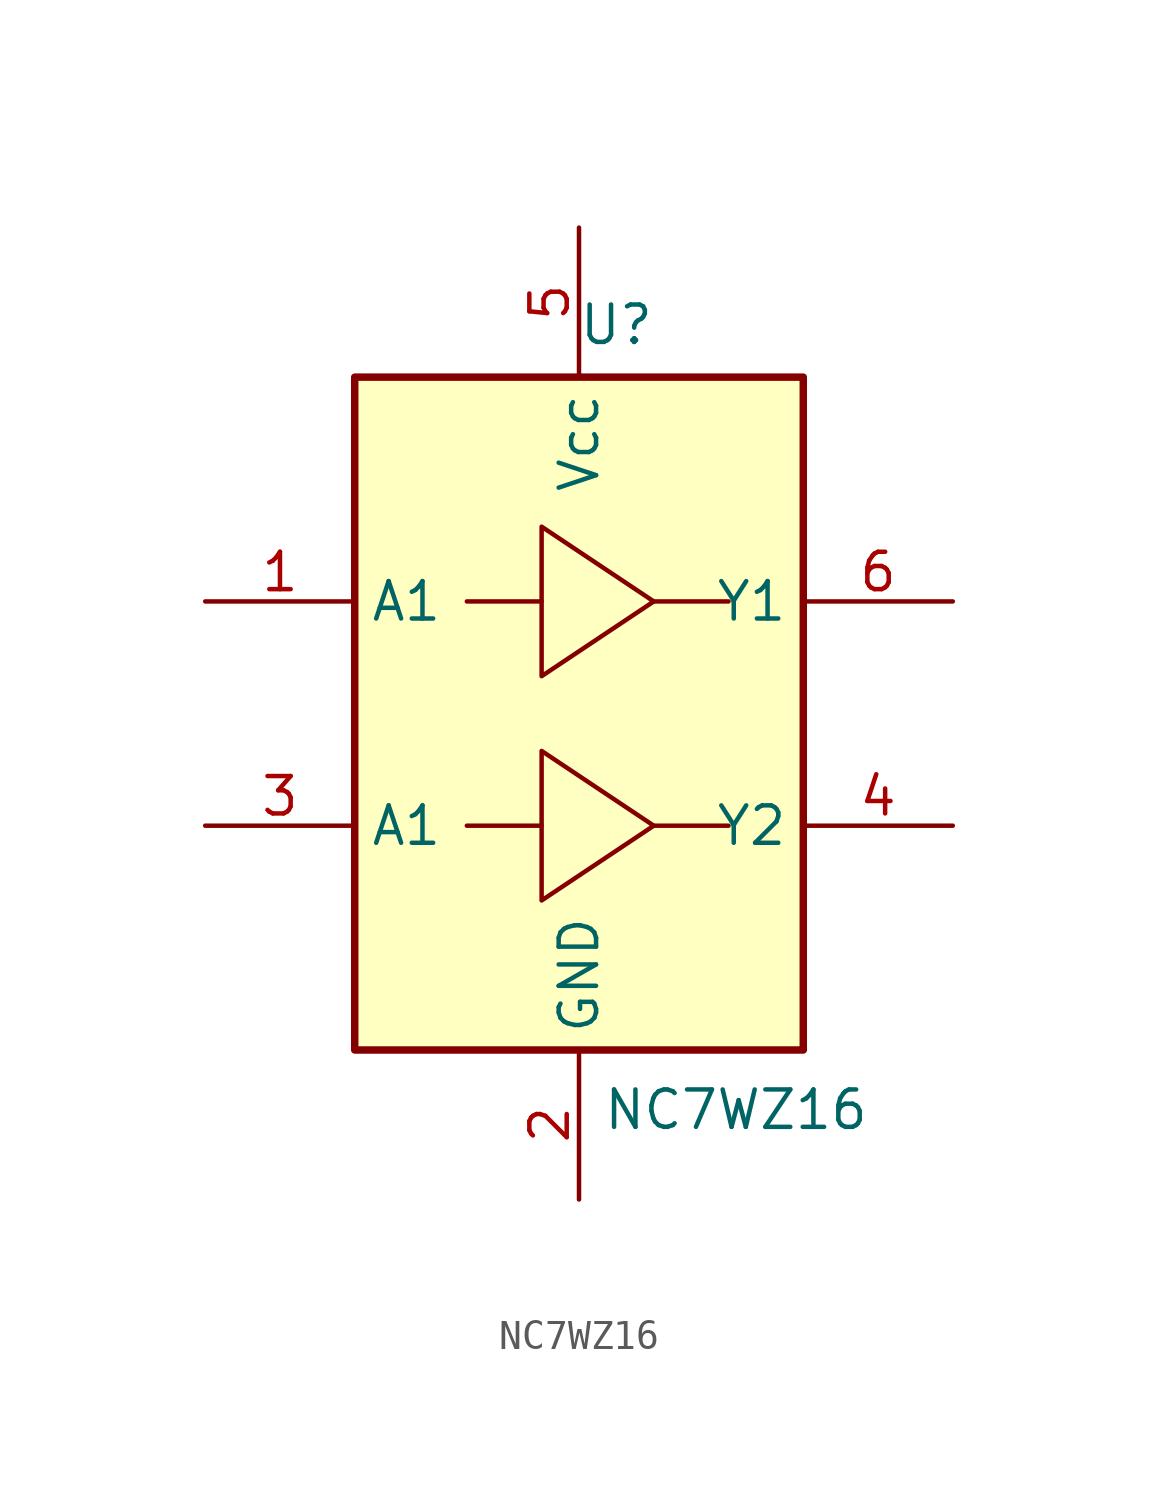
<source format=kicad_sym>
(kicad_symbol_lib
  (version 20231120)
  (generator "kicad_symbol_editor")
  (generator_version "8.0")
  (symbol "NC7WZ16"
    (property "Reference" "U"
      (at 1.27 13.208 0)
      (effects (font (size 1.27 1.27))))
    (property "Value" "NC7WZ16"
      (at 5.334 -13.462 0)
      (effects (font (size 1.27 1.27))))
    (symbol "NC7WZ16_0_1"
      (rectangle (start -7.62 11.43) (end 7.62 -11.43) (stroke (width 0.254) (type default)) (fill (type background)))
      (polyline (pts (xy -1.27 -3.81) (xy -3.81 -3.81)) (stroke (width 0) (type default)) (fill (type none)))
      (polyline (pts (xy -1.27 3.81) (xy -3.81 3.81)) (stroke (width 0) (type default)) (fill (type none)))
      (polyline (pts (xy 2.54 -3.81) (xy 5.08 -3.81)) (stroke (width 0) (type default)) (fill (type none)))
      (polyline (pts (xy 2.54 3.81) (xy 5.08 3.81)) (stroke (width 0) (type default)) (fill (type none)))
      (polyline (pts (xy 2.54 -3.81) (xy -1.27 -1.27) (xy -1.27 -6.35) (xy 2.54 -3.81)) (stroke (width 0) (type default)) (fill (type none)))
      (polyline (pts (xy 2.54 3.81) (xy -1.27 6.35) (xy -1.27 1.27) (xy 2.54 3.81)) (stroke (width 0) (type default)) (fill (type none))))
    (symbol "NC7WZ16_1_1"
      (pin passive line (at -12.7 3.81 0) (length 5.08) (name "A1" (effects (font (size 1.27 1.27)))) (number "1" (effects (font (size 1.27 1.27)))))
      (pin power_in line (at 0 -16.51 90) (length 5.08) (name "GND" (effects (font (size 1.27 1.27)))) (number "2" (effects (font (size 1.27 1.27)))))
      (pin passive line (at -12.7 -3.81 0) (length 5.08) (name "A1" (effects (font (size 1.27 1.27)))) (number "3" (effects (font (size 1.27 1.27)))))
      (pin passive line (at 12.7 -3.81 180) (length 5.08) (name "Y2" (effects (font (size 1.27 1.27)))) (number "4" (effects (font (size 1.27 1.27)))))
      (pin power_in line (at 0 16.51 270) (length 5.08) (name "Vcc" (effects (font (size 1.27 1.27)))) (number "5" (effects (font (size 1.27 1.27)))))
      (pin passive line (at 12.7 3.81 180) (length 5.08) (name "Y1" (effects (font (size 1.27 1.27)))) (number "6" (effects (font (size 1.27 1.27))))))))
</source>
